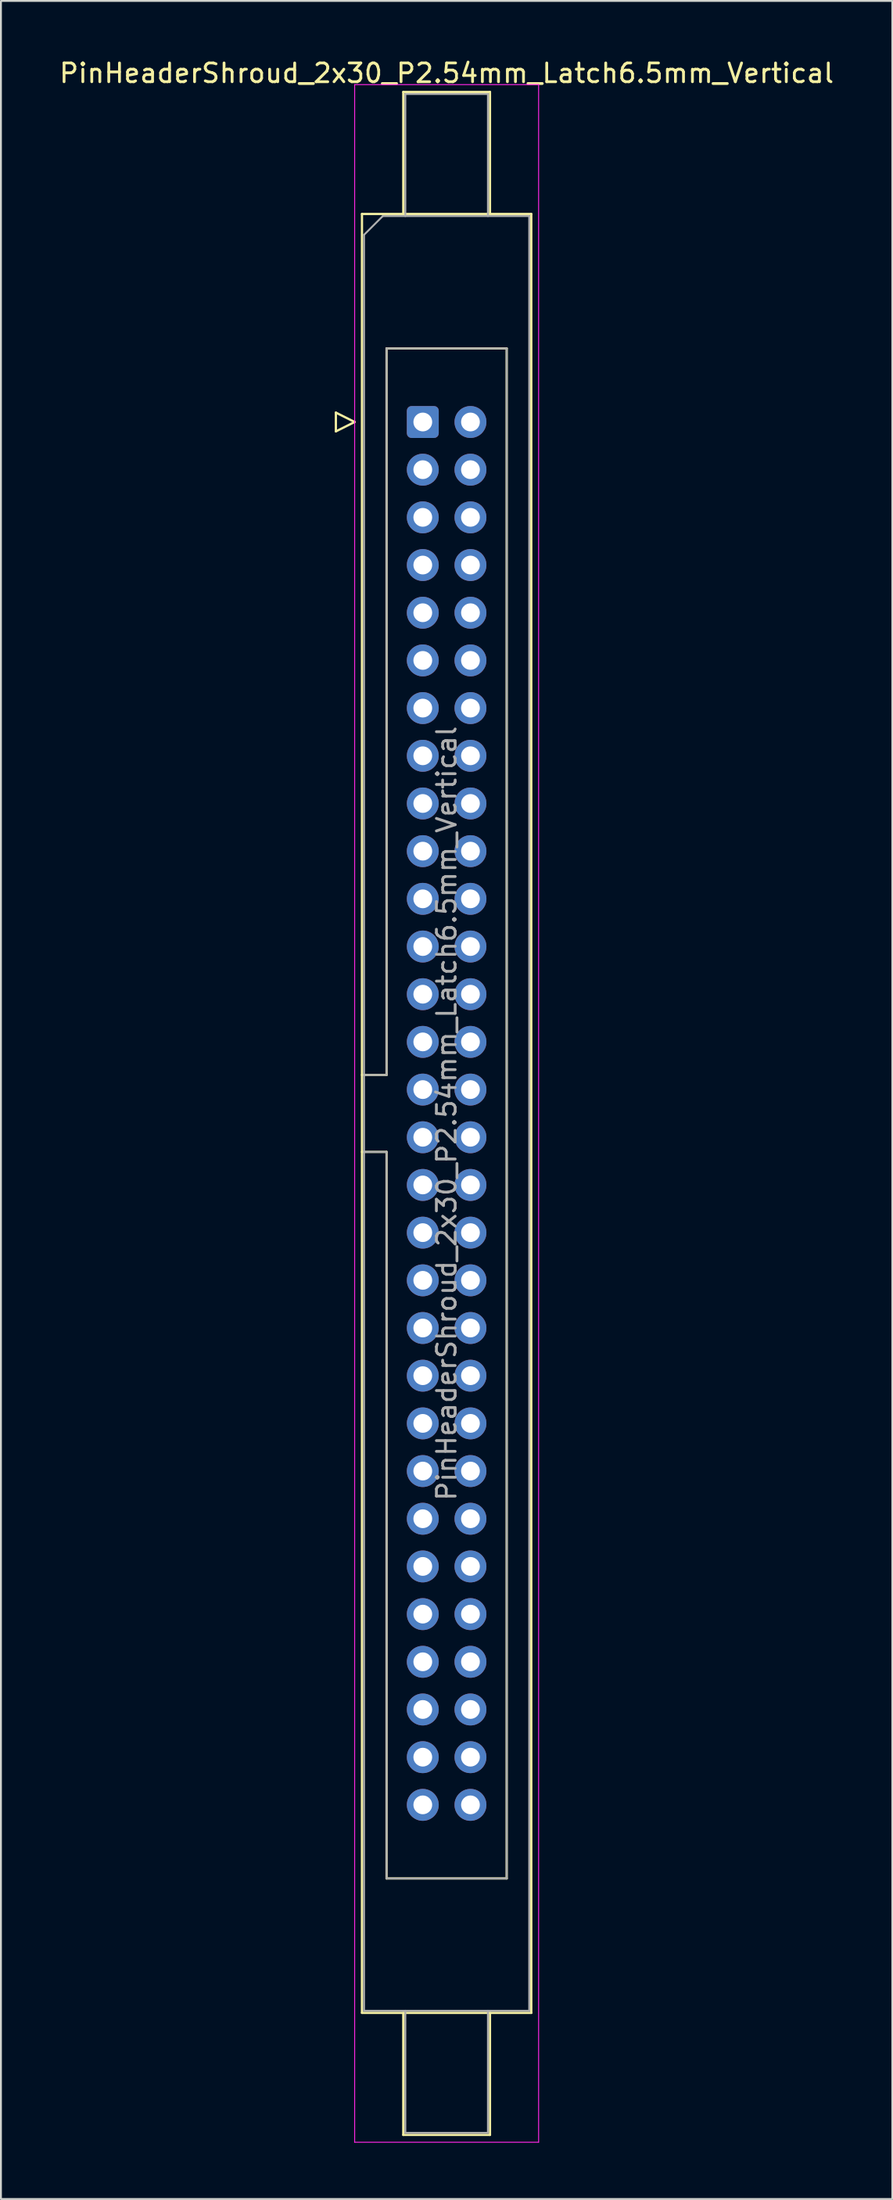
<source format=kicad_pcb>
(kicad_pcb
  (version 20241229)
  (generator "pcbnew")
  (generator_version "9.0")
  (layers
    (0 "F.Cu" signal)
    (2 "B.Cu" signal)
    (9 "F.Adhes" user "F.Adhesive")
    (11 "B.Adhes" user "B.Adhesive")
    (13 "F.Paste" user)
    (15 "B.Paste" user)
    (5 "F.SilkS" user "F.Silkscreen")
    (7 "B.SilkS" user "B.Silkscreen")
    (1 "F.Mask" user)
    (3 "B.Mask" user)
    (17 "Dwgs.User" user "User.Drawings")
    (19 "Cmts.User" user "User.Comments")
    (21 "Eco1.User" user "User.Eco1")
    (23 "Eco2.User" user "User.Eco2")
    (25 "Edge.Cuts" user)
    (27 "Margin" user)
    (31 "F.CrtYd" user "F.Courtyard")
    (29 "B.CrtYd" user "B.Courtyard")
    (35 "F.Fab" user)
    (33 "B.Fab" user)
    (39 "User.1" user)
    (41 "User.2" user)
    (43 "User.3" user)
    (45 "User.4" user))
  (footprint "PinHeaderShroud_2x30_P2.54mm_Latch6.5mm_Vertical"
    (layer "F.Cu")
    (at 19.474 19.428)
    (property "Reference" "PinHeaderShroud_2x30_P2.54mm_Latch6.5mm_Vertical" (at 1.27 -18.58 0) (layer "F.SilkS") (effects (font (size 1 1) (thickness 0.15))))
    (attr through_hole)
    (fp_line (start -4.63 -0.5) (end -4.63 0.5) (stroke (width 0.12) (type solid)) (layer "F.SilkS"))
    (fp_line (start -4.63 0.5) (end -3.63 0) (stroke (width 0.12) (type solid)) (layer "F.SilkS"))
    (fp_line (start -3.63 0) (end -4.63 -0.5) (stroke (width 0.12) (type solid)) (layer "F.SilkS"))
    (fp_line (start -3.24 -11.08) (end 5.78 -11.08) (stroke (width 0.12) (type solid)) (layer "F.SilkS"))
    (fp_line (start -3.24 34.78) (end -1.93 34.78) (stroke (width 0.12) (type solid)) (layer "F.SilkS"))
    (fp_line (start -3.24 38.88) (end -1.93 38.88) (stroke (width 0.12) (type solid)) (layer "F.SilkS"))
    (fp_line (start -3.24 84.74) (end -3.24 -11.08) (stroke (width 0.12) (type solid)) (layer "F.SilkS"))
    (fp_line (start -1.93 -3.92) (end 4.47 -3.92) (stroke (width 0.12) (type solid)) (layer "F.SilkS"))
    (fp_line (start -1.93 34.78) (end -1.93 -3.92) (stroke (width 0.12) (type solid)) (layer "F.SilkS"))
    (fp_line (start -1.93 77.58) (end -1.93 38.88) (stroke (width 0.12) (type solid)) (layer "F.SilkS"))
    (fp_line (start -1.04 -17.58) (end 3.58 -17.58) (stroke (width 0.12) (type solid)) (layer "F.SilkS"))
    (fp_line (start -1.04 -11.08) (end -1.04 -17.58) (stroke (width 0.12) (type solid)) (layer "F.SilkS"))
    (fp_line (start -1.04 84.74) (end -1.04 91.24) (stroke (width 0.12) (type solid)) (layer "F.SilkS"))
    (fp_line (start -1.04 91.24) (end 3.58 91.24) (stroke (width 0.12) (type solid)) (layer "F.SilkS"))
    (fp_line (start 3.58 -17.58) (end 3.58 -11.08) (stroke (width 0.12) (type solid)) (layer "F.SilkS"))
    (fp_line (start 3.58 91.24) (end 3.58 84.74) (stroke (width 0.12) (type solid)) (layer "F.SilkS"))
    (fp_line (start 4.47 -3.92) (end 4.47 77.58) (stroke (width 0.12) (type solid)) (layer "F.SilkS"))
    (fp_line (start 4.47 77.58) (end -1.93 77.58) (stroke (width 0.12) (type solid)) (layer "F.SilkS"))
    (fp_line (start 5.78 -11.08) (end 5.78 84.74) (stroke (width 0.12) (type solid)) (layer "F.SilkS"))
    (fp_line (start 5.78 84.74) (end -3.24 84.74) (stroke (width 0.12) (type solid)) (layer "F.SilkS"))
    (fp_line (start -3.63 -17.97) (end -3.63 91.63) (stroke (width 0.05) (type solid)) (layer "F.CrtYd"))
    (fp_line (start -3.63 91.63) (end 6.17 91.63) (stroke (width 0.05) (type solid)) (layer "F.CrtYd"))
    (fp_line (start 6.17 -17.97) (end -3.63 -17.97) (stroke (width 0.05) (type solid)) (layer "F.CrtYd"))
    (fp_line (start 6.17 91.63) (end 6.17 -17.97) (stroke (width 0.05) (type solid)) (layer "F.CrtYd"))
    (fp_line (start -3.13 -9.97) (end -2.13 -10.97) (stroke (width 0.1) (type solid)) (layer "F.Fab"))
    (fp_line (start -3.13 34.78) (end -1.93 34.78) (stroke (width 0.1) (type solid)) (layer "F.Fab"))
    (fp_line (start -3.13 38.88) (end -1.93 38.88) (stroke (width 0.1) (type solid)) (layer "F.Fab"))
    (fp_line (start -3.13 84.63) (end -3.13 -9.97) (stroke (width 0.1) (type solid)) (layer "F.Fab"))
    (fp_line (start -2.13 -10.97) (end 5.67 -10.97) (stroke (width 0.1) (type solid)) (layer "F.Fab"))
    (fp_line (start -1.93 -3.92) (end 4.47 -3.92) (stroke (width 0.1) (type solid)) (layer "F.Fab"))
    (fp_line (start -1.93 34.78) (end -1.93 -3.92) (stroke (width 0.1) (type solid)) (layer "F.Fab"))
    (fp_line (start -1.93 77.58) (end -1.93 38.88) (stroke (width 0.1) (type solid)) (layer "F.Fab"))
    (fp_line (start -0.93 -17.47) (end 3.47 -17.47) (stroke (width 0.1) (type solid)) (layer "F.Fab"))
    (fp_line (start -0.93 -10.97) (end -0.93 -17.47) (stroke (width 0.1) (type solid)) (layer "F.Fab"))
    (fp_line (start -0.93 84.63) (end -0.93 91.13) (stroke (width 0.1) (type solid)) (layer "F.Fab"))
    (fp_line (start -0.93 91.13) (end 3.47 91.13) (stroke (width 0.1) (type solid)) (layer "F.Fab"))
    (fp_line (start 3.47 -17.47) (end 3.47 -10.97) (stroke (width 0.1) (type solid)) (layer "F.Fab"))
    (fp_line (start 3.47 91.13) (end 3.47 84.63) (stroke (width 0.1) (type solid)) (layer "F.Fab"))
    (fp_line (start 4.47 -3.92) (end 4.47 77.58) (stroke (width 0.1) (type solid)) (layer "F.Fab"))
    (fp_line (start 4.47 77.58) (end -1.93 77.58) (stroke (width 0.1) (type solid)) (layer "F.Fab"))
    (fp_line (start 5.67 -10.97) (end 5.67 84.63) (stroke (width 0.1) (type solid)) (layer "F.Fab"))
    (fp_line (start 5.67 84.63) (end -3.13 84.63) (stroke (width 0.1) (type solid)) (layer "F.Fab"))
    (fp_text user "${REFERENCE}" (at 1.27 36.83 90) (layer "F.Fab") (effects (font (size 1 1) (thickness 0.15))))
    (pad "1" thru_hole roundrect (at 0 0) (size 1.7 1.7) (drill 1) (layers "*.Cu" "*.Mask") (roundrect_rratio 0.147))
    (pad "2" thru_hole circle (at 2.54 0) (size 1.7 1.7) (drill 1) (layers "*.Cu" "*.Mask"))
    (pad "3" thru_hole circle (at 0 2.54) (size 1.7 1.7) (drill 1) (layers "*.Cu" "*.Mask"))
    (pad "4" thru_hole circle (at 2.54 2.54) (size 1.7 1.7) (drill 1) (layers "*.Cu" "*.Mask"))
    (pad "5" thru_hole circle (at 0 5.08) (size 1.7 1.7) (drill 1) (layers "*.Cu" "*.Mask"))
    (pad "6" thru_hole circle (at 2.54 5.08) (size 1.7 1.7) (drill 1) (layers "*.Cu" "*.Mask"))
    (pad "7" thru_hole circle (at 0 7.62) (size 1.7 1.7) (drill 1) (layers "*.Cu" "*.Mask"))
    (pad "8" thru_hole circle (at 2.54 7.62) (size 1.7 1.7) (drill 1) (layers "*.Cu" "*.Mask"))
    (pad "9" thru_hole circle (at 0 10.16) (size 1.7 1.7) (drill 1) (layers "*.Cu" "*.Mask"))
    (pad "10" thru_hole circle (at 2.54 10.16) (size 1.7 1.7) (drill 1) (layers "*.Cu" "*.Mask"))
    (pad "11" thru_hole circle (at 0 12.7) (size 1.7 1.7) (drill 1) (layers "*.Cu" "*.Mask"))
    (pad "12" thru_hole circle (at 2.54 12.7) (size 1.7 1.7) (drill 1) (layers "*.Cu" "*.Mask"))
    (pad "13" thru_hole circle (at 0 15.24) (size 1.7 1.7) (drill 1) (layers "*.Cu" "*.Mask"))
    (pad "14" thru_hole circle (at 2.54 15.24) (size 1.7 1.7) (drill 1) (layers "*.Cu" "*.Mask"))
    (pad "15" thru_hole circle (at 0 17.78) (size 1.7 1.7) (drill 1) (layers "*.Cu" "*.Mask"))
    (pad "16" thru_hole circle (at 2.54 17.78) (size 1.7 1.7) (drill 1) (layers "*.Cu" "*.Mask"))
    (pad "17" thru_hole circle (at 0 20.32) (size 1.7 1.7) (drill 1) (layers "*.Cu" "*.Mask"))
    (pad "18" thru_hole circle (at 2.54 20.32) (size 1.7 1.7) (drill 1) (layers "*.Cu" "*.Mask"))
    (pad "19" thru_hole circle (at 0 22.86) (size 1.7 1.7) (drill 1) (layers "*.Cu" "*.Mask"))
    (pad "20" thru_hole circle (at 2.54 22.86) (size 1.7 1.7) (drill 1) (layers "*.Cu" "*.Mask"))
    (pad "21" thru_hole circle (at 0 25.4) (size 1.7 1.7) (drill 1) (layers "*.Cu" "*.Mask"))
    (pad "22" thru_hole circle (at 2.54 25.4) (size 1.7 1.7) (drill 1) (layers "*.Cu" "*.Mask"))
    (pad "23" thru_hole circle (at 0 27.94) (size 1.7 1.7) (drill 1) (layers "*.Cu" "*.Mask"))
    (pad "24" thru_hole circle (at 2.54 27.94) (size 1.7 1.7) (drill 1) (layers "*.Cu" "*.Mask"))
    (pad "25" thru_hole circle (at 0 30.48) (size 1.7 1.7) (drill 1) (layers "*.Cu" "*.Mask"))
    (pad "26" thru_hole circle (at 2.54 30.48) (size 1.7 1.7) (drill 1) (layers "*.Cu" "*.Mask"))
    (pad "27" thru_hole circle (at 0 33.02) (size 1.7 1.7) (drill 1) (layers "*.Cu" "*.Mask"))
    (pad "28" thru_hole circle (at 2.54 33.02) (size 1.7 1.7) (drill 1) (layers "*.Cu" "*.Mask"))
    (pad "29" thru_hole circle (at 0 35.56) (size 1.7 1.7) (drill 1) (layers "*.Cu" "*.Mask"))
    (pad "30" thru_hole circle (at 2.54 35.56) (size 1.7 1.7) (drill 1) (layers "*.Cu" "*.Mask"))
    (pad "31" thru_hole circle (at 0 38.1) (size 1.7 1.7) (drill 1) (layers "*.Cu" "*.Mask"))
    (pad "32" thru_hole circle (at 2.54 38.1) (size 1.7 1.7) (drill 1) (layers "*.Cu" "*.Mask"))
    (pad "33" thru_hole circle (at 0 40.64) (size 1.7 1.7) (drill 1) (layers "*.Cu" "*.Mask"))
    (pad "34" thru_hole circle (at 2.54 40.64) (size 1.7 1.7) (drill 1) (layers "*.Cu" "*.Mask"))
    (pad "35" thru_hole circle (at 0 43.18) (size 1.7 1.7) (drill 1) (layers "*.Cu" "*.Mask"))
    (pad "36" thru_hole circle (at 2.54 43.18) (size 1.7 1.7) (drill 1) (layers "*.Cu" "*.Mask"))
    (pad "37" thru_hole circle (at 0 45.72) (size 1.7 1.7) (drill 1) (layers "*.Cu" "*.Mask"))
    (pad "38" thru_hole circle (at 2.54 45.72) (size 1.7 1.7) (drill 1) (layers "*.Cu" "*.Mask"))
    (pad "39" thru_hole circle (at 0 48.26) (size 1.7 1.7) (drill 1) (layers "*.Cu" "*.Mask"))
    (pad "40" thru_hole circle (at 2.54 48.26) (size 1.7 1.7) (drill 1) (layers "*.Cu" "*.Mask"))
    (pad "41" thru_hole circle (at 0 50.8) (size 1.7 1.7) (drill 1) (layers "*.Cu" "*.Mask"))
    (pad "42" thru_hole circle (at 2.54 50.8) (size 1.7 1.7) (drill 1) (layers "*.Cu" "*.Mask"))
    (pad "43" thru_hole circle (at 0 53.34) (size 1.7 1.7) (drill 1) (layers "*.Cu" "*.Mask"))
    (pad "44" thru_hole circle (at 2.54 53.34) (size 1.7 1.7) (drill 1) (layers "*.Cu" "*.Mask"))
    (pad "45" thru_hole circle (at 0 55.88) (size 1.7 1.7) (drill 1) (layers "*.Cu" "*.Mask"))
    (pad "46" thru_hole circle (at 2.54 55.88) (size 1.7 1.7) (drill 1) (layers "*.Cu" "*.Mask"))
    (pad "47" thru_hole circle (at 0 58.42) (size 1.7 1.7) (drill 1) (layers "*.Cu" "*.Mask"))
    (pad "48" thru_hole circle (at 2.54 58.42) (size 1.7 1.7) (drill 1) (layers "*.Cu" "*.Mask"))
    (pad "49" thru_hole circle (at 0 60.96) (size 1.7 1.7) (drill 1) (layers "*.Cu" "*.Mask"))
    (pad "50" thru_hole circle (at 2.54 60.96) (size 1.7 1.7) (drill 1) (layers "*.Cu" "*.Mask"))
    (pad "51" thru_hole circle (at 0 63.5) (size 1.7 1.7) (drill 1) (layers "*.Cu" "*.Mask"))
    (pad "52" thru_hole circle (at 2.54 63.5) (size 1.7 1.7) (drill 1) (layers "*.Cu" "*.Mask"))
    (pad "53" thru_hole circle (at 0 66.04) (size 1.7 1.7) (drill 1) (layers "*.Cu" "*.Mask"))
    (pad "54" thru_hole circle (at 2.54 66.04) (size 1.7 1.7) (drill 1) (layers "*.Cu" "*.Mask"))
    (pad "55" thru_hole circle (at 0 68.58) (size 1.7 1.7) (drill 1) (layers "*.Cu" "*.Mask"))
    (pad "56" thru_hole circle (at 2.54 68.58) (size 1.7 1.7) (drill 1) (layers "*.Cu" "*.Mask"))
    (pad "57" thru_hole circle (at 0 71.12) (size 1.7 1.7) (drill 1) (layers "*.Cu" "*.Mask"))
    (pad "58" thru_hole circle (at 2.54 71.12) (size 1.7 1.7) (drill 1) (layers "*.Cu" "*.Mask"))
    (pad "59" thru_hole circle (at 0 73.66) (size 1.7 1.7) (drill 1) (layers "*.Cu" "*.Mask"))
    (pad "60" thru_hole circle (at 2.54 73.66) (size 1.7 1.7) (drill 1) (layers "*.Cu" "*.Mask")))
  (gr_rect
    (start -3 -3)
    (end 44.488 114.083)
    (stroke (width 0.1) (type default))
    (fill no)
    (layer "Edge.Cuts")))
</source>
